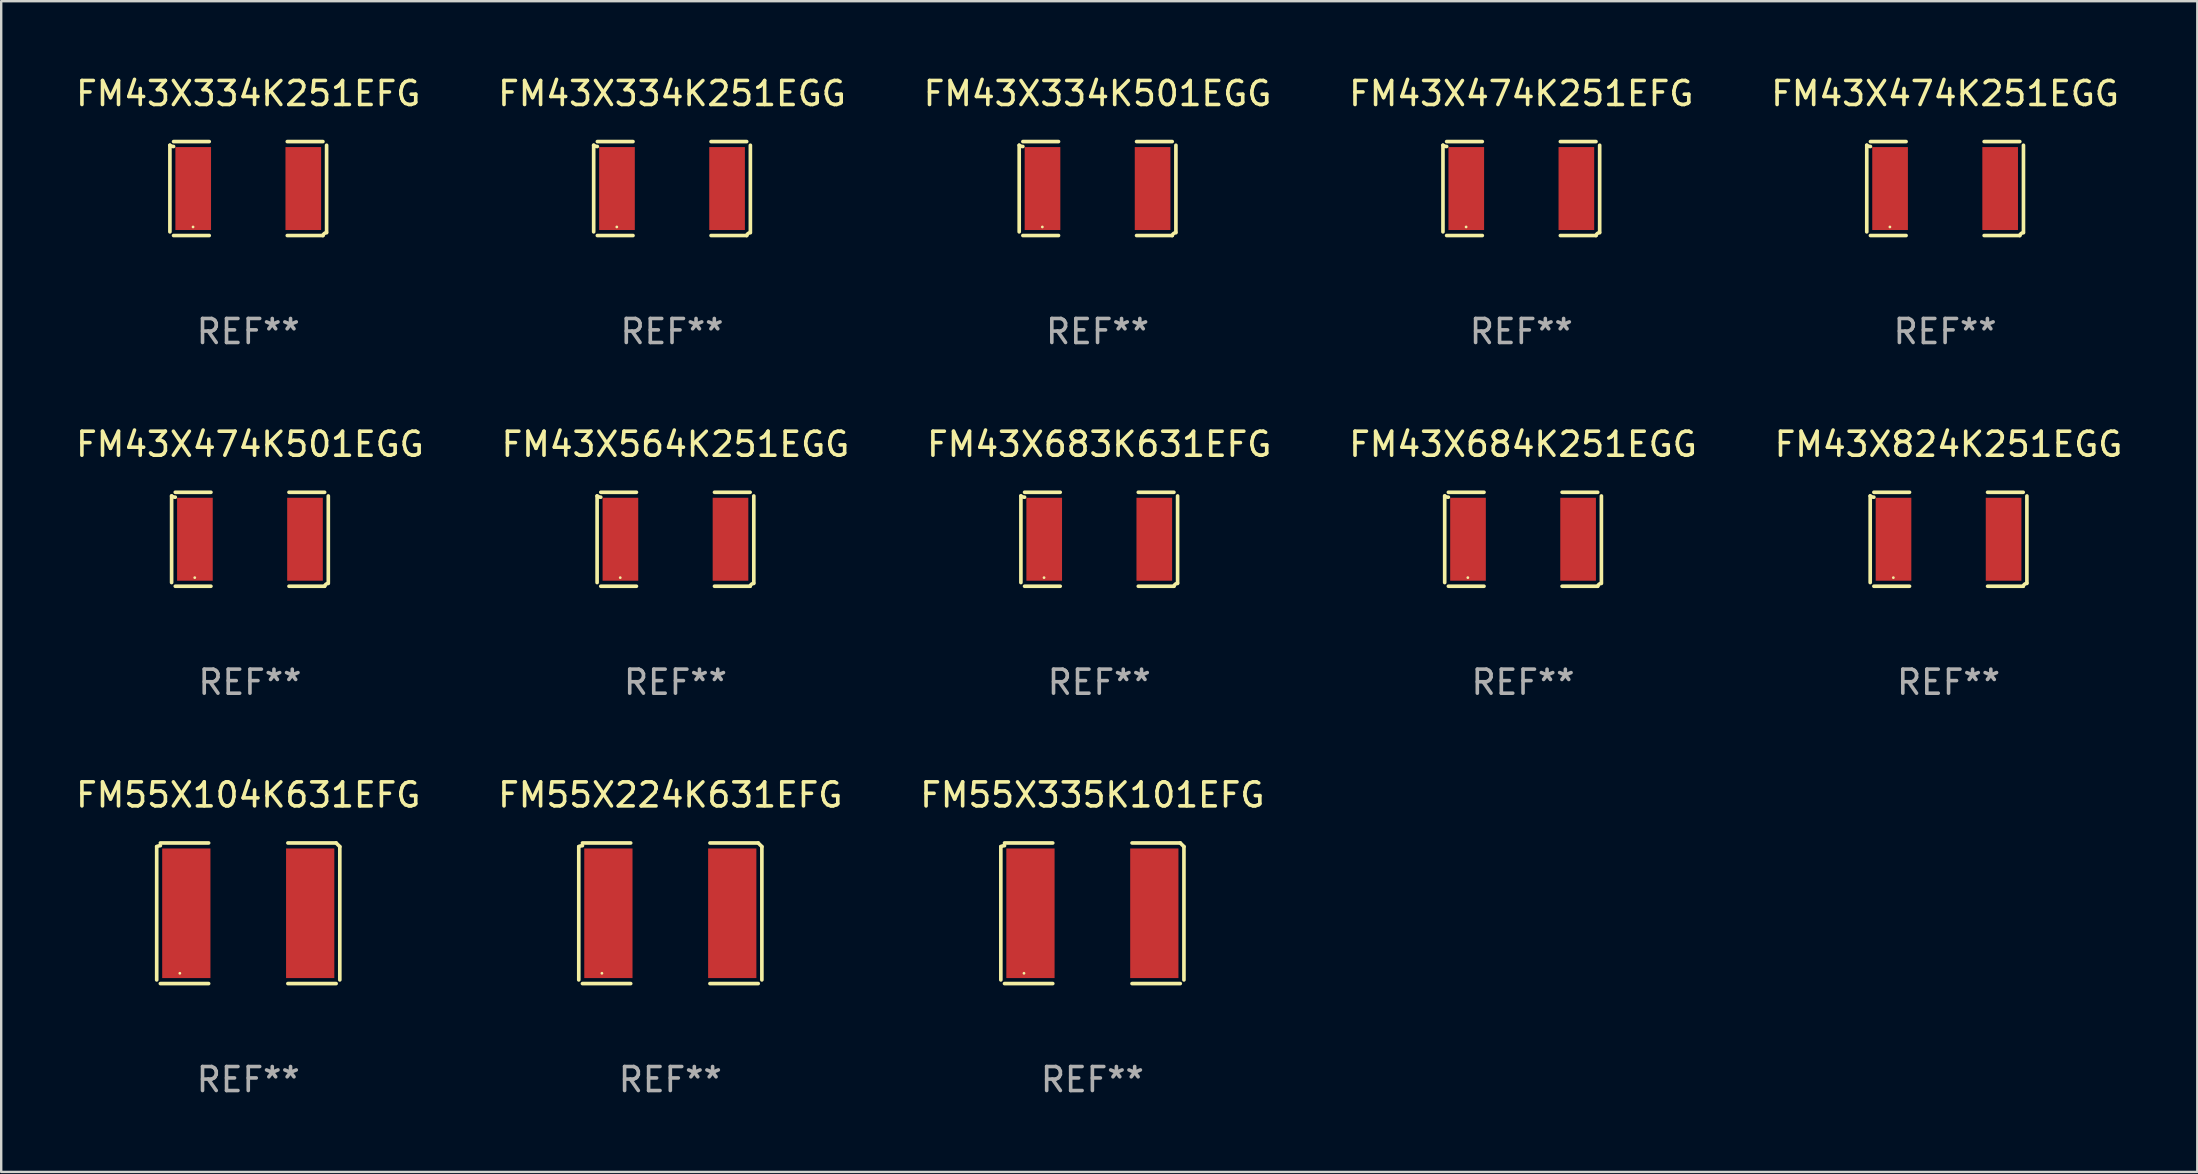
<source format=kicad_pcb>
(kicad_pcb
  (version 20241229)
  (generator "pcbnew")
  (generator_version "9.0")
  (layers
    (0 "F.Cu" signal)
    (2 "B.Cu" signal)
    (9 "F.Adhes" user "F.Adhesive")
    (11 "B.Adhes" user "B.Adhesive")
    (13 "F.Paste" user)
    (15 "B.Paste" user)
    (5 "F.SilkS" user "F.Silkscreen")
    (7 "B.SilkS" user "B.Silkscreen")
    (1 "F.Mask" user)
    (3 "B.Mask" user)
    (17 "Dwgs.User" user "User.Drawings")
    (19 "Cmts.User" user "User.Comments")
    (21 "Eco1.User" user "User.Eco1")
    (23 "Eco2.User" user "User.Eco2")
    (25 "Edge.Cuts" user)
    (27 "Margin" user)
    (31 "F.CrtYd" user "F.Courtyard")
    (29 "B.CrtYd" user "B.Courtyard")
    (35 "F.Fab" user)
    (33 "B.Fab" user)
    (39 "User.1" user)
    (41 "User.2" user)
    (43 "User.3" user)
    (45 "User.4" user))
  (footprint "FM43X474K251EGG"
    (layer "F.Cu")
    (at 77.982 4.805)
    (property "Reference" "FM43X474K251EGG" (at 0 -3.957 0) (layer "F.SilkS") (effects (font (size 1 1) (thickness 0.15))))
    (attr through_hole)
    (fp_line (start -3.264 1.804) (end -3.264 -1.804) (stroke (width 0.152) (type solid)) (layer "F.SilkS"))
    (fp_line (start -3.111 -1.957) (end -1.626 -1.957) (stroke (width 0.152) (type solid)) (layer "F.SilkS"))
    (fp_line (start -1.626 1.957) (end -3.111 1.957) (stroke (width 0.152) (type solid)) (layer "F.SilkS"))
    (fp_line (start 1.626 1.957) (end 3.111 1.957) (stroke (width 0.152) (type solid)) (layer "F.SilkS"))
    (fp_line (start 3.111 -1.957) (end 1.626 -1.957) (stroke (width 0.152) (type solid)) (layer "F.SilkS"))
    (fp_line (start 3.264 1.804) (end 3.264 -1.804) (stroke (width 0.152) (type solid)) (layer "F.SilkS"))
    (fp_arc (start -3.111202 -1.752192) (mid -3.191715 -1.76555) (end -3.263602 -1.804191) (stroke (width 0.1524) (type solid)) (layer "F.SilkS"))
    (fp_arc (start 3.111201 1.956591) (mid 3.167789 1.872777) (end 3.263602 1.840424) (stroke (width 0.1524) (type solid)) (layer "F.SilkS"))
    (fp_circle (center -2.3 1.6) (end -2.27 1.6) (stroke (width 0.06) (type solid)) (fill no) (layer "F.SilkS"))
    (fp_text user "REF**" (at 0 5.957 0) (layer "F.Fab") (effects (font (size 1 1) (thickness 0.15))))
    (pad "1" smd rect (at -2.293 0) (size 1.485 3.456) (layers "F.Cu" "F.Mask" "F.Paste"))
    (pad "2" smd rect (at 2.293 0) (size 1.485 3.456) (layers "F.Cu" "F.Mask" "F.Paste")))
  (footprint "FM43X564K251EGG"
    (layer "F.Cu")
    (at 25.089 19.415)
    (property "Reference" "FM43X564K251EGG" (at 0 -3.957 0) (layer "F.SilkS") (effects (font (size 1 1) (thickness 0.15))))
    (attr through_hole)
    (fp_line (start -3.264 1.804) (end -3.264 -1.804) (stroke (width 0.152) (type solid)) (layer "F.SilkS"))
    (fp_line (start -3.111 -1.957) (end -1.626 -1.957) (stroke (width 0.152) (type solid)) (layer "F.SilkS"))
    (fp_line (start -1.626 1.957) (end -3.111 1.957) (stroke (width 0.152) (type solid)) (layer "F.SilkS"))
    (fp_line (start 1.626 1.957) (end 3.111 1.957) (stroke (width 0.152) (type solid)) (layer "F.SilkS"))
    (fp_line (start 3.111 -1.957) (end 1.626 -1.957) (stroke (width 0.152) (type solid)) (layer "F.SilkS"))
    (fp_line (start 3.264 1.804) (end 3.264 -1.804) (stroke (width 0.152) (type solid)) (layer "F.SilkS"))
    (fp_arc (start -3.111202 -1.752192) (mid -3.191715 -1.76555) (end -3.263602 -1.804191) (stroke (width 0.1524) (type solid)) (layer "F.SilkS"))
    (fp_arc (start 3.111201 1.956591) (mid 3.167789 1.872777) (end 3.263602 1.840424) (stroke (width 0.1524) (type solid)) (layer "F.SilkS"))
    (fp_circle (center -2.3 1.6) (end -2.27 1.6) (stroke (width 0.06) (type solid)) (fill no) (layer "F.SilkS"))
    (fp_text user "REF**" (at 0 5.957 0) (layer "F.Fab") (effects (font (size 1 1) (thickness 0.15))))
    (pad "1" smd rect (at -2.293 0) (size 1.485 3.456) (layers "F.Cu" "F.Mask" "F.Paste"))
    (pad "2" smd rect (at 2.293 0) (size 1.485 3.456) (layers "F.Cu" "F.Mask" "F.Paste")))
  (footprint "FM55X104K631EFG"
    (layer "F.Cu")
    (at 7.292 34.996)
    (property "Reference" "FM55X104K631EFG" (at 0 -4.929 0) (layer "F.SilkS") (effects (font (size 1 1) (thickness 0.15))))
    (attr through_hole)
    (fp_line (start -3.814 2.776) (end -3.814 -2.776) (stroke (width 0.152) (type solid)) (layer "F.SilkS"))
    (fp_line (start -3.661 -2.929) (end -1.651 -2.929) (stroke (width 0.152) (type solid)) (layer "F.SilkS"))
    (fp_line (start -1.651 2.929) (end -3.661 2.929) (stroke (width 0.152) (type solid)) (layer "F.SilkS"))
    (fp_line (start 1.651 2.929) (end 3.661 2.929) (stroke (width 0.152) (type solid)) (layer "F.SilkS"))
    (fp_line (start 3.661 -2.929) (end 1.651 -2.929) (stroke (width 0.152) (type solid)) (layer "F.SilkS"))
    (fp_line (start 3.814 2.776) (end 3.814 -2.776) (stroke (width 0.152) (type solid)) (layer "F.SilkS"))
    (fp_arc (start -3.813614 -2.7762) (mid -3.739925 -2.805625) (end -3.661214 -2.815646) (stroke (width 0.1524) (type solid)) (layer "F.SilkS"))
    (fp_arc (start 3.661214 -2.9286) (mid 3.737425 -2.852411) (end 3.813614 -2.7762) (stroke (width 0.1524) (type solid)) (layer "F.SilkS"))
    (fp_circle (center -2.85 2.5) (end -2.82 2.5) (stroke (width 0.06) (type solid)) (fill no) (layer "F.SilkS"))
    (fp_text user "REF**" (at 0 6.929 0) (layer "F.Fab") (effects (font (size 1 1) (thickness 0.15))))
    (pad "1" smd rect (at -2.58 0) (size 2.01 5.4) (layers "F.Cu" "F.Mask" "F.Paste"))
    (pad "2" smd rect (at 2.58 0) (size 2.01 5.4) (layers "F.Cu" "F.Mask" "F.Paste")))
  (footprint "FM43X474K501EGG"
    (layer "F.Cu")
    (at 7.363 19.415)
    (property "Reference" "FM43X474K501EGG" (at 0 -3.957 0) (layer "F.SilkS") (effects (font (size 1 1) (thickness 0.15))))
    (attr through_hole)
    (fp_line (start -3.264 1.804) (end -3.264 -1.804) (stroke (width 0.152) (type solid)) (layer "F.SilkS"))
    (fp_line (start -3.111 -1.957) (end -1.626 -1.957) (stroke (width 0.152) (type solid)) (layer "F.SilkS"))
    (fp_line (start -1.626 1.957) (end -3.111 1.957) (stroke (width 0.152) (type solid)) (layer "F.SilkS"))
    (fp_line (start 1.626 1.957) (end 3.111 1.957) (stroke (width 0.152) (type solid)) (layer "F.SilkS"))
    (fp_line (start 3.111 -1.957) (end 1.626 -1.957) (stroke (width 0.152) (type solid)) (layer "F.SilkS"))
    (fp_line (start 3.264 1.804) (end 3.264 -1.804) (stroke (width 0.152) (type solid)) (layer "F.SilkS"))
    (fp_arc (start -3.111202 -1.752192) (mid -3.191715 -1.76555) (end -3.263602 -1.804191) (stroke (width 0.1524) (type solid)) (layer "F.SilkS"))
    (fp_arc (start 3.111201 1.956591) (mid 3.167789 1.872777) (end 3.263602 1.840424) (stroke (width 0.1524) (type solid)) (layer "F.SilkS"))
    (fp_circle (center -2.3 1.6) (end -2.27 1.6) (stroke (width 0.06) (type solid)) (fill no) (layer "F.SilkS"))
    (fp_text user "REF**" (at 0 5.957 0) (layer "F.Fab") (effects (font (size 1 1) (thickness 0.15))))
    (pad "1" smd rect (at -2.293 0) (size 1.485 3.456) (layers "F.Cu" "F.Mask" "F.Paste"))
    (pad "2" smd rect (at 2.293 0) (size 1.485 3.456) (layers "F.Cu" "F.Mask" "F.Paste")))
  (footprint "FM43X334K251EFG"
    (layer "F.Cu")
    (at 7.292 4.805)
    (property "Reference" "FM43X334K251EFG" (at 0 -3.957 0) (layer "F.SilkS") (effects (font (size 1 1) (thickness 0.15))))
    (attr through_hole)
    (fp_line (start -3.264 1.804) (end -3.264 -1.804) (stroke (width 0.152) (type solid)) (layer "F.SilkS"))
    (fp_line (start -3.111 -1.957) (end -1.626 -1.957) (stroke (width 0.152) (type solid)) (layer "F.SilkS"))
    (fp_line (start -1.626 1.957) (end -3.111 1.957) (stroke (width 0.152) (type solid)) (layer "F.SilkS"))
    (fp_line (start 1.626 1.957) (end 3.111 1.957) (stroke (width 0.152) (type solid)) (layer "F.SilkS"))
    (fp_line (start 3.111 -1.957) (end 1.626 -1.957) (stroke (width 0.152) (type solid)) (layer "F.SilkS"))
    (fp_line (start 3.264 1.804) (end 3.264 -1.804) (stroke (width 0.152) (type solid)) (layer "F.SilkS"))
    (fp_arc (start -3.111202 -1.752192) (mid -3.191715 -1.76555) (end -3.263602 -1.804191) (stroke (width 0.1524) (type solid)) (layer "F.SilkS"))
    (fp_arc (start 3.111201 1.956591) (mid 3.167789 1.872777) (end 3.263602 1.840424) (stroke (width 0.1524) (type solid)) (layer "F.SilkS"))
    (fp_circle (center -2.3 1.6) (end -2.27 1.6) (stroke (width 0.06) (type solid)) (fill no) (layer "F.SilkS"))
    (fp_text user "REF**" (at 0 5.957 0) (layer "F.Fab") (effects (font (size 1 1) (thickness 0.15))))
    (pad "1" smd rect (at -2.293 0) (size 1.485 3.456) (layers "F.Cu" "F.Mask" "F.Paste"))
    (pad "2" smd rect (at 2.293 0) (size 1.485 3.456) (layers "F.Cu" "F.Mask" "F.Paste")))
  (footprint "FM43X824K251EGG"
    (layer "F.Cu")
    (at 78.125 19.415)
    (property "Reference" "FM43X824K251EGG" (at 0 -3.957 0) (layer "F.SilkS") (effects (font (size 1 1) (thickness 0.15))))
    (attr through_hole)
    (fp_line (start -3.264 1.804) (end -3.264 -1.804) (stroke (width 0.152) (type solid)) (layer "F.SilkS"))
    (fp_line (start -3.111 -1.957) (end -1.626 -1.957) (stroke (width 0.152) (type solid)) (layer "F.SilkS"))
    (fp_line (start -1.626 1.957) (end -3.111 1.957) (stroke (width 0.152) (type solid)) (layer "F.SilkS"))
    (fp_line (start 1.626 1.957) (end 3.111 1.957) (stroke (width 0.152) (type solid)) (layer "F.SilkS"))
    (fp_line (start 3.111 -1.957) (end 1.626 -1.957) (stroke (width 0.152) (type solid)) (layer "F.SilkS"))
    (fp_line (start 3.264 1.804) (end 3.264 -1.804) (stroke (width 0.152) (type solid)) (layer "F.SilkS"))
    (fp_arc (start -3.111202 -1.752192) (mid -3.191715 -1.76555) (end -3.263602 -1.804191) (stroke (width 0.1524) (type solid)) (layer "F.SilkS"))
    (fp_arc (start 3.111201 1.956591) (mid 3.167789 1.872777) (end 3.263602 1.840424) (stroke (width 0.1524) (type solid)) (layer "F.SilkS"))
    (fp_circle (center -2.3 1.6) (end -2.27 1.6) (stroke (width 0.06) (type solid)) (fill no) (layer "F.SilkS"))
    (fp_text user "REF**" (at 0 5.957 0) (layer "F.Fab") (effects (font (size 1 1) (thickness 0.15))))
    (pad "1" smd rect (at -2.293 0) (size 1.485 3.456) (layers "F.Cu" "F.Mask" "F.Paste"))
    (pad "2" smd rect (at 2.293 0) (size 1.485 3.456) (layers "F.Cu" "F.Mask" "F.Paste")))
  (footprint "FM55X224K631EFG"
    (layer "F.Cu")
    (at 24.875 34.996)
    (property "Reference" "FM55X224K631EFG" (at 0 -4.929 0) (layer "F.SilkS") (effects (font (size 1 1) (thickness 0.15))))
    (attr through_hole)
    (fp_line (start -3.814 2.776) (end -3.814 -2.776) (stroke (width 0.152) (type solid)) (layer "F.SilkS"))
    (fp_line (start -3.661 -2.929) (end -1.651 -2.929) (stroke (width 0.152) (type solid)) (layer "F.SilkS"))
    (fp_line (start -1.651 2.929) (end -3.661 2.929) (stroke (width 0.152) (type solid)) (layer "F.SilkS"))
    (fp_line (start 1.651 2.929) (end 3.661 2.929) (stroke (width 0.152) (type solid)) (layer "F.SilkS"))
    (fp_line (start 3.661 -2.929) (end 1.651 -2.929) (stroke (width 0.152) (type solid)) (layer "F.SilkS"))
    (fp_line (start 3.814 2.776) (end 3.814 -2.776) (stroke (width 0.152) (type solid)) (layer "F.SilkS"))
    (fp_arc (start -3.813614 -2.7762) (mid -3.739925 -2.805625) (end -3.661214 -2.815646) (stroke (width 0.1524) (type solid)) (layer "F.SilkS"))
    (fp_arc (start 3.661214 -2.9286) (mid 3.737425 -2.852411) (end 3.813614 -2.7762) (stroke (width 0.1524) (type solid)) (layer "F.SilkS"))
    (fp_circle (center -2.85 2.5) (end -2.82 2.5) (stroke (width 0.06) (type solid)) (fill no) (layer "F.SilkS"))
    (fp_text user "REF**" (at 0 6.929 0) (layer "F.Fab") (effects (font (size 1 1) (thickness 0.15))))
    (pad "1" smd rect (at -2.58 0) (size 2.01 5.4) (layers "F.Cu" "F.Mask" "F.Paste"))
    (pad "2" smd rect (at 2.58 0) (size 2.01 5.4) (layers "F.Cu" "F.Mask" "F.Paste")))
  (footprint "FM43X334K501EGG"
    (layer "F.Cu")
    (at 42.673 4.805)
    (property "Reference" "FM43X334K501EGG" (at 0 -3.957 0) (layer "F.SilkS") (effects (font (size 1 1) (thickness 0.15))))
    (attr through_hole)
    (fp_line (start -3.264 1.804) (end -3.264 -1.804) (stroke (width 0.152) (type solid)) (layer "F.SilkS"))
    (fp_line (start -3.111 -1.957) (end -1.626 -1.957) (stroke (width 0.152) (type solid)) (layer "F.SilkS"))
    (fp_line (start -1.626 1.957) (end -3.111 1.957) (stroke (width 0.152) (type solid)) (layer "F.SilkS"))
    (fp_line (start 1.626 1.957) (end 3.111 1.957) (stroke (width 0.152) (type solid)) (layer "F.SilkS"))
    (fp_line (start 3.111 -1.957) (end 1.626 -1.957) (stroke (width 0.152) (type solid)) (layer "F.SilkS"))
    (fp_line (start 3.264 1.804) (end 3.264 -1.804) (stroke (width 0.152) (type solid)) (layer "F.SilkS"))
    (fp_arc (start -3.111202 -1.752192) (mid -3.191715 -1.76555) (end -3.263602 -1.804191) (stroke (width 0.1524) (type solid)) (layer "F.SilkS"))
    (fp_arc (start 3.111201 1.956591) (mid 3.167789 1.872777) (end 3.263602 1.840424) (stroke (width 0.1524) (type solid)) (layer "F.SilkS"))
    (fp_circle (center -2.3 1.6) (end -2.27 1.6) (stroke (width 0.06) (type solid)) (fill no) (layer "F.SilkS"))
    (fp_text user "REF**" (at 0 5.957 0) (layer "F.Fab") (effects (font (size 1 1) (thickness 0.15))))
    (pad "1" smd rect (at -2.293 0) (size 1.485 3.456) (layers "F.Cu" "F.Mask" "F.Paste"))
    (pad "2" smd rect (at 2.293 0) (size 1.485 3.456) (layers "F.Cu" "F.Mask" "F.Paste")))
  (footprint "FM43X684K251EGG"
    (layer "F.Cu")
    (at 60.399 19.415)
    (property "Reference" "FM43X684K251EGG" (at 0 -3.957 0) (layer "F.SilkS") (effects (font (size 1 1) (thickness 0.15))))
    (attr through_hole)
    (fp_line (start -3.264 1.804) (end -3.264 -1.804) (stroke (width 0.152) (type solid)) (layer "F.SilkS"))
    (fp_line (start -3.111 -1.957) (end -1.626 -1.957) (stroke (width 0.152) (type solid)) (layer "F.SilkS"))
    (fp_line (start -1.626 1.957) (end -3.111 1.957) (stroke (width 0.152) (type solid)) (layer "F.SilkS"))
    (fp_line (start 1.626 1.957) (end 3.111 1.957) (stroke (width 0.152) (type solid)) (layer "F.SilkS"))
    (fp_line (start 3.111 -1.957) (end 1.626 -1.957) (stroke (width 0.152) (type solid)) (layer "F.SilkS"))
    (fp_line (start 3.264 1.804) (end 3.264 -1.804) (stroke (width 0.152) (type solid)) (layer "F.SilkS"))
    (fp_arc (start -3.111202 -1.752192) (mid -3.191715 -1.76555) (end -3.263602 -1.804191) (stroke (width 0.1524) (type solid)) (layer "F.SilkS"))
    (fp_arc (start 3.111201 1.956591) (mid 3.167789 1.872777) (end 3.263602 1.840424) (stroke (width 0.1524) (type solid)) (layer "F.SilkS"))
    (fp_circle (center -2.3 1.6) (end -2.27 1.6) (stroke (width 0.06) (type solid)) (fill no) (layer "F.SilkS"))
    (fp_text user "REF**" (at 0 5.957 0) (layer "F.Fab") (effects (font (size 1 1) (thickness 0.15))))
    (pad "1" smd rect (at -2.293 0) (size 1.485 3.456) (layers "F.Cu" "F.Mask" "F.Paste"))
    (pad "2" smd rect (at 2.293 0) (size 1.485 3.456) (layers "F.Cu" "F.Mask" "F.Paste")))
  (footprint "FM55X335K101EFG"
    (layer "F.Cu")
    (at 42.458 34.996)
    (property "Reference" "FM55X335K101EFG" (at 0 -4.929 0) (layer "F.SilkS") (effects (font (size 1 1) (thickness 0.15))))
    (attr through_hole)
    (fp_line (start -3.814 2.776) (end -3.814 -2.776) (stroke (width 0.152) (type solid)) (layer "F.SilkS"))
    (fp_line (start -3.661 -2.929) (end -1.651 -2.929) (stroke (width 0.152) (type solid)) (layer "F.SilkS"))
    (fp_line (start -1.651 2.929) (end -3.661 2.929) (stroke (width 0.152) (type solid)) (layer "F.SilkS"))
    (fp_line (start 1.651 2.929) (end 3.661 2.929) (stroke (width 0.152) (type solid)) (layer "F.SilkS"))
    (fp_line (start 3.661 -2.929) (end 1.651 -2.929) (stroke (width 0.152) (type solid)) (layer "F.SilkS"))
    (fp_line (start 3.814 2.776) (end 3.814 -2.776) (stroke (width 0.152) (type solid)) (layer "F.SilkS"))
    (fp_arc (start -3.813614 -2.7762) (mid -3.739925 -2.805625) (end -3.661214 -2.815646) (stroke (width 0.1524) (type solid)) (layer "F.SilkS"))
    (fp_arc (start 3.661214 -2.9286) (mid 3.737425 -2.852411) (end 3.813614 -2.7762) (stroke (width 0.1524) (type solid)) (layer "F.SilkS"))
    (fp_circle (center -2.85 2.5) (end -2.82 2.5) (stroke (width 0.06) (type solid)) (fill no) (layer "F.SilkS"))
    (fp_text user "REF**" (at 0 6.929 0) (layer "F.Fab") (effects (font (size 1 1) (thickness 0.15))))
    (pad "1" smd rect (at -2.58 0) (size 2.01 5.4) (layers "F.Cu" "F.Mask" "F.Paste"))
    (pad "2" smd rect (at 2.58 0) (size 2.01 5.4) (layers "F.Cu" "F.Mask" "F.Paste")))
  (footprint "FM43X474K251EFG"
    (layer "F.Cu")
    (at 60.327 4.805)
    (property "Reference" "FM43X474K251EFG" (at 0 -3.957 0) (layer "F.SilkS") (effects (font (size 1 1) (thickness 0.15))))
    (attr through_hole)
    (fp_line (start -3.264 1.804) (end -3.264 -1.804) (stroke (width 0.152) (type solid)) (layer "F.SilkS"))
    (fp_line (start -3.111 -1.957) (end -1.626 -1.957) (stroke (width 0.152) (type solid)) (layer "F.SilkS"))
    (fp_line (start -1.626 1.957) (end -3.111 1.957) (stroke (width 0.152) (type solid)) (layer "F.SilkS"))
    (fp_line (start 1.626 1.957) (end 3.111 1.957) (stroke (width 0.152) (type solid)) (layer "F.SilkS"))
    (fp_line (start 3.111 -1.957) (end 1.626 -1.957) (stroke (width 0.152) (type solid)) (layer "F.SilkS"))
    (fp_line (start 3.264 1.804) (end 3.264 -1.804) (stroke (width 0.152) (type solid)) (layer "F.SilkS"))
    (fp_arc (start -3.111202 -1.752192) (mid -3.191715 -1.76555) (end -3.263602 -1.804191) (stroke (width 0.1524) (type solid)) (layer "F.SilkS"))
    (fp_arc (start 3.111201 1.956591) (mid 3.167789 1.872777) (end 3.263602 1.840424) (stroke (width 0.1524) (type solid)) (layer "F.SilkS"))
    (fp_circle (center -2.3 1.6) (end -2.27 1.6) (stroke (width 0.06) (type solid)) (fill no) (layer "F.SilkS"))
    (fp_text user "REF**" (at 0 5.957 0) (layer "F.Fab") (effects (font (size 1 1) (thickness 0.15))))
    (pad "1" smd rect (at -2.293 0) (size 1.485 3.456) (layers "F.Cu" "F.Mask" "F.Paste"))
    (pad "2" smd rect (at 2.293 0) (size 1.485 3.456) (layers "F.Cu" "F.Mask" "F.Paste")))
  (footprint "FM43X683K631EFG"
    (layer "F.Cu")
    (at 42.744 19.415)
    (property "Reference" "FM43X683K631EFG" (at 0 -3.957 0) (layer "F.SilkS") (effects (font (size 1 1) (thickness 0.15))))
    (attr through_hole)
    (fp_line (start -3.264 1.804) (end -3.264 -1.804) (stroke (width 0.152) (type solid)) (layer "F.SilkS"))
    (fp_line (start -3.111 -1.957) (end -1.626 -1.957) (stroke (width 0.152) (type solid)) (layer "F.SilkS"))
    (fp_line (start -1.626 1.957) (end -3.111 1.957) (stroke (width 0.152) (type solid)) (layer "F.SilkS"))
    (fp_line (start 1.626 1.957) (end 3.111 1.957) (stroke (width 0.152) (type solid)) (layer "F.SilkS"))
    (fp_line (start 3.111 -1.957) (end 1.626 -1.957) (stroke (width 0.152) (type solid)) (layer "F.SilkS"))
    (fp_line (start 3.264 1.804) (end 3.264 -1.804) (stroke (width 0.152) (type solid)) (layer "F.SilkS"))
    (fp_arc (start -3.111202 -1.752192) (mid -3.191715 -1.76555) (end -3.263602 -1.804191) (stroke (width 0.1524) (type solid)) (layer "F.SilkS"))
    (fp_arc (start 3.111201 1.956591) (mid 3.167789 1.872777) (end 3.263602 1.840424) (stroke (width 0.1524) (type solid)) (layer "F.SilkS"))
    (fp_circle (center -2.3 1.6) (end -2.27 1.6) (stroke (width 0.06) (type solid)) (fill no) (layer "F.SilkS"))
    (fp_text user "REF**" (at 0 5.957 0) (layer "F.Fab") (effects (font (size 1 1) (thickness 0.15))))
    (pad "1" smd rect (at -2.293 0) (size 1.485 3.456) (layers "F.Cu" "F.Mask" "F.Paste"))
    (pad "2" smd rect (at 2.293 0) (size 1.485 3.456) (layers "F.Cu" "F.Mask" "F.Paste")))
  (footprint "FM43X334K251EGG"
    (layer "F.Cu")
    (at 24.946 4.805)
    (property "Reference" "FM43X334K251EGG" (at 0 -3.957 0) (layer "F.SilkS") (effects (font (size 1 1) (thickness 0.15))))
    (attr through_hole)
    (fp_line (start -3.264 1.804) (end -3.264 -1.804) (stroke (width 0.152) (type solid)) (layer "F.SilkS"))
    (fp_line (start -3.111 -1.957) (end -1.626 -1.957) (stroke (width 0.152) (type solid)) (layer "F.SilkS"))
    (fp_line (start -1.626 1.957) (end -3.111 1.957) (stroke (width 0.152) (type solid)) (layer "F.SilkS"))
    (fp_line (start 1.626 1.957) (end 3.111 1.957) (stroke (width 0.152) (type solid)) (layer "F.SilkS"))
    (fp_line (start 3.111 -1.957) (end 1.626 -1.957) (stroke (width 0.152) (type solid)) (layer "F.SilkS"))
    (fp_line (start 3.264 1.804) (end 3.264 -1.804) (stroke (width 0.152) (type solid)) (layer "F.SilkS"))
    (fp_arc (start -3.111202 -1.752192) (mid -3.191715 -1.76555) (end -3.263602 -1.804191) (stroke (width 0.1524) (type solid)) (layer "F.SilkS"))
    (fp_arc (start 3.111201 1.956591) (mid 3.167789 1.872777) (end 3.263602 1.840424) (stroke (width 0.1524) (type solid)) (layer "F.SilkS"))
    (fp_circle (center -2.3 1.6) (end -2.27 1.6) (stroke (width 0.06) (type solid)) (fill no) (layer "F.SilkS"))
    (fp_text user "REF**" (at 0 5.957 0) (layer "F.Fab") (effects (font (size 1 1) (thickness 0.15))))
    (pad "1" smd rect (at -2.293 0) (size 1.485 3.456) (layers "F.Cu" "F.Mask" "F.Paste"))
    (pad "2" smd rect (at 2.293 0) (size 1.485 3.456) (layers "F.Cu" "F.Mask" "F.Paste")))
  (gr_rect
    (start -3 -3)
    (end 88.488 45.773)
    (stroke (width 0.1) (type default))
    (fill no)
    (layer "Edge.Cuts")))
</source>
